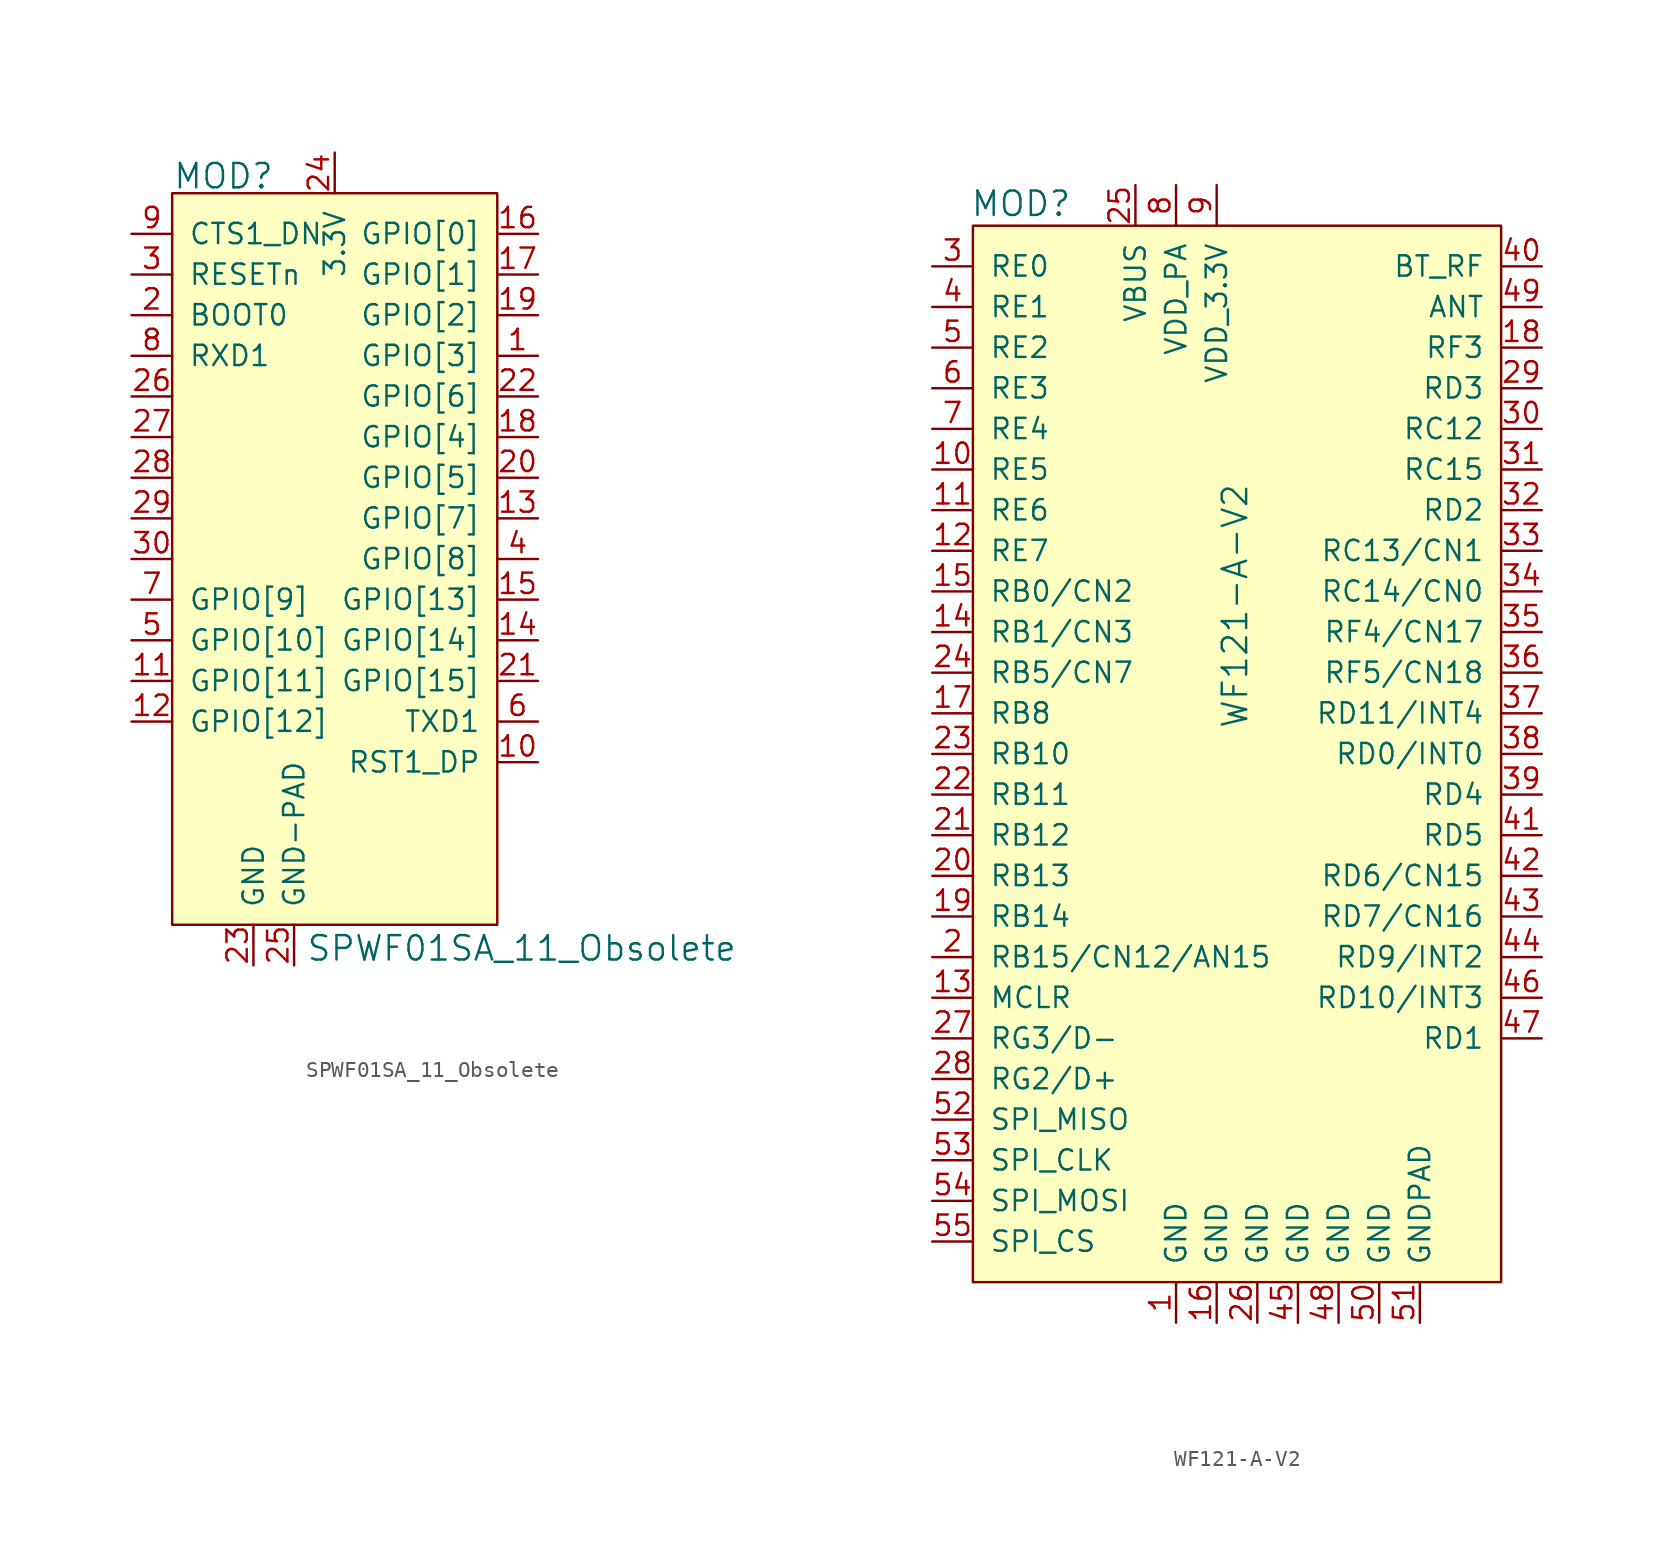
<source format=kicad_sym>
(kicad_symbol_lib
  (version 20201005)
  (generator kicad_symbol_editor)
  (symbol "SPWF01SA_11_Obsolete"
    (pin_names
      (offset 1.016))
    (property "Reference" "MOD"
      (at -10.135 6.147 0)
      (effects (font (size 1.524 1.524)) (justify left)))
    (property "Value" "SPWF01SA_11_Obsolete"
      (at -1.803 -42.113 0)
      (effects (font (size 1.524 1.524)) (justify left)))
    (symbol "SPWF01SA_11_Obsolete_0_1"
      (rectangle (start -10.16 5.08) (end 10.16 -40.64) (stroke (width 0)) (fill (type background))))
    (symbol "SPWF01SA_11_Obsolete_1_1"
      (pin bidirectional line (at 12.7 -5.08 180) (length 2.54) (name "GPIO[3]" (effects (font (size 1.27 1.27)))) (number "1" (effects (font (size 1.27 1.27)))))
      (pin input line (at -12.7 -2.54 0) (length 2.54) (name "BOOT0" (effects (font (size 1.27 1.27)))) (number "2" (effects (font (size 1.27 1.27)))))
      (pin input line (at -12.7 0 0) (length 2.54) (name "RESETn" (effects (font (size 1.27 1.27)))) (number "3" (effects (font (size 1.27 1.27)))))
      (pin bidirectional line (at 12.7 -17.78 180) (length 2.54) (name "GPIO[8]" (effects (font (size 1.27 1.27)))) (number "4" (effects (font (size 1.27 1.27)))))
      (pin bidirectional line (at -12.7 -22.86 0) (length 2.54) (name "GPIO[10]" (effects (font (size 1.27 1.27)))) (number "5" (effects (font (size 1.27 1.27)))))
      (pin output line (at 12.7 -27.94 180) (length 2.54) (name "TXD1" (effects (font (size 1.27 1.27)))) (number "6" (effects (font (size 1.27 1.27)))))
      (pin bidirectional line (at -12.7 -20.32 0) (length 2.54) (name "GPIO[9]" (effects (font (size 1.27 1.27)))) (number "7" (effects (font (size 1.27 1.27)))))
      (pin input line (at -12.7 -5.08 0) (length 2.54) (name "RXD1" (effects (font (size 1.27 1.27)))) (number "8" (effects (font (size 1.27 1.27)))))
      (pin input line (at -12.7 2.54 0) (length 2.54) (name "CTS1_DN" (effects (font (size 1.27 1.27)))) (number "9" (effects (font (size 1.27 1.27)))))
      (pin output line (at 12.7 -30.48 180) (length 2.54) (name "RST1_DP" (effects (font (size 1.27 1.27)))) (number "10" (effects (font (size 1.27 1.27)))))
      (pin bidirectional line (at 12.7 -12.7 180) (length 2.54) (name "GPIO[5]" (effects (font (size 1.27 1.27)))) (number "20" (effects (font (size 1.27 1.27)))))
      (pin unspecified line (at -12.7 -17.78 0) (length 2.54) (name "~" (effects (font (size 1.27 1.27)))) (number "30" (effects (font (size 1.27 1.27)))))
      (pin bidirectional line (at -12.7 -25.4 0) (length 2.54) (name "GPIO[11]" (effects (font (size 1.27 1.27)))) (number "11" (effects (font (size 1.27 1.27)))))
      (pin bidirectional line (at 12.7 -25.4 180) (length 2.54) (name "GPIO[15]" (effects (font (size 1.27 1.27)))) (number "21" (effects (font (size 1.27 1.27)))))
      (pin bidirectional line (at -12.7 -27.94 0) (length 2.54) (name "GPIO[12]" (effects (font (size 1.27 1.27)))) (number "12" (effects (font (size 1.27 1.27)))))
      (pin bidirectional line (at 12.7 -7.62 180) (length 2.54) (name "GPIO[6]" (effects (font (size 1.27 1.27)))) (number "22" (effects (font (size 1.27 1.27)))))
      (pin bidirectional line (at 12.7 -15.24 180) (length 2.54) (name "GPIO[7]" (effects (font (size 1.27 1.27)))) (number "13" (effects (font (size 1.27 1.27)))))
      (pin power_in line (at -5.08 -43.18 90) (length 2.54) (name "GND" (effects (font (size 1.27 1.27)))) (number "23" (effects (font (size 1.27 1.27)))))
      (pin bidirectional line (at 12.7 -22.86 180) (length 2.54) (name "GPIO[14]" (effects (font (size 1.27 1.27)))) (number "14" (effects (font (size 1.27 1.27)))))
      (pin power_in line (at 0 7.62 270) (length 2.54) (name "3.3V" (effects (font (size 1.27 1.27)))) (number "24" (effects (font (size 1.27 1.27)))))
      (pin bidirectional line (at 12.7 -20.32 180) (length 2.54) (name "GPIO[13]" (effects (font (size 1.27 1.27)))) (number "15" (effects (font (size 1.27 1.27)))))
      (pin power_in line (at -2.54 -43.18 90) (length 2.54) (name "GND-PAD" (effects (font (size 1.27 1.27)))) (number "25" (effects (font (size 1.27 1.27)))))
      (pin bidirectional line (at 12.7 2.54 180) (length 2.54) (name "GPIO[0]" (effects (font (size 1.27 1.27)))) (number "16" (effects (font (size 1.27 1.27)))))
      (pin unspecified line (at -12.7 -7.62 0) (length 2.54) (name "~" (effects (font (size 1.27 1.27)))) (number "26" (effects (font (size 1.27 1.27)))))
      (pin bidirectional line (at 12.7 0 180) (length 2.54) (name "GPIO[1]" (effects (font (size 1.27 1.27)))) (number "17" (effects (font (size 1.27 1.27)))))
      (pin unspecified line (at -12.7 -10.16 0) (length 2.54) (name "~" (effects (font (size 1.27 1.27)))) (number "27" (effects (font (size 1.27 1.27)))))
      (pin bidirectional line (at 12.7 -10.16 180) (length 2.54) (name "GPIO[4]" (effects (font (size 1.27 1.27)))) (number "18" (effects (font (size 1.27 1.27)))))
      (pin unspecified line (at -12.7 -12.7 0) (length 2.54) (name "~" (effects (font (size 1.27 1.27)))) (number "28" (effects (font (size 1.27 1.27)))))
      (pin bidirectional line (at 12.7 -2.54 180) (length 2.54) (name "GPIO[2]" (effects (font (size 1.27 1.27)))) (number "19" (effects (font (size 1.27 1.27)))))
      (pin unspecified line (at -12.7 -15.24 0) (length 2.54) (name "~" (effects (font (size 1.27 1.27)))) (number "29" (effects (font (size 1.27 1.27)))))))
  (symbol "WF121-A-V2"
    (pin_names
      (offset 1.016))
    (property "Reference" "MOD"
      (at -15.418 16.612 0)
      (effects (font (size 1.524 1.524)) (justify left)))
    (property "Value" "WF121-A-V2"
      (at 1.143 -8.534 90)
      (effects (font (size 1.524 1.524))))
    (symbol "WF121-A-V2_0_1"
      (rectangle (start 17.78 15.24) (end -15.24 -50.8) (stroke (width 0)) (fill (type background))))
    (symbol "WF121-A-V2_1_0"
      (pin unspecified line (at -17.78 -40.64 0) (length 2.54) (name "SPI_MISO" (effects (font (size 1.27 1.27)))) (number "52" (effects (font (size 1.27 1.27)))))
      (pin unspecified line (at -17.78 -43.18 0) (length 2.54) (name "SPI_CLK" (effects (font (size 1.27 1.27)))) (number "53" (effects (font (size 1.27 1.27)))))
      (pin unspecified line (at -17.78 -45.72 0) (length 2.54) (name "SPI_MOSI" (effects (font (size 1.27 1.27)))) (number "54" (effects (font (size 1.27 1.27)))))
      (pin unspecified line (at -17.78 -48.26 0) (length 2.54) (name "SPI_CS" (effects (font (size 1.27 1.27)))) (number "55" (effects (font (size 1.27 1.27))))))
    (symbol "WF121-A-V2_1_1"
      (pin power_in line (at -2.54 -53.34 90) (length 2.54) (name "GND" (effects (font (size 1.27 1.27)))) (number "1" (effects (font (size 1.27 1.27)))))
      (pin bidirectional line (at -17.78 -30.48 0) (length 2.54) (name "RB15/CN12/AN15" (effects (font (size 1.27 1.27)))) (number "2" (effects (font (size 1.27 1.27)))))
      (pin bidirectional line (at -17.78 12.7 0) (length 2.54) (name "RE0" (effects (font (size 1.27 1.27)))) (number "3" (effects (font (size 1.27 1.27)))))
      (pin bidirectional line (at -17.78 10.16 0) (length 2.54) (name "RE1" (effects (font (size 1.27 1.27)))) (number "4" (effects (font (size 1.27 1.27)))))
      (pin bidirectional line (at -17.78 7.62 0) (length 2.54) (name "RE2" (effects (font (size 1.27 1.27)))) (number "5" (effects (font (size 1.27 1.27)))))
      (pin bidirectional line (at -17.78 5.08 0) (length 2.54) (name "RE3" (effects (font (size 1.27 1.27)))) (number "6" (effects (font (size 1.27 1.27)))))
      (pin bidirectional line (at -17.78 2.54 0) (length 2.54) (name "RE4" (effects (font (size 1.27 1.27)))) (number "7" (effects (font (size 1.27 1.27)))))
      (pin power_in line (at -2.54 17.78 270) (length 2.54) (name "VDD_PA" (effects (font (size 1.27 1.27)))) (number "8" (effects (font (size 1.27 1.27)))))
      (pin power_in line (at 0 17.78 270) (length 2.54) (name "VDD_3.3V" (effects (font (size 1.27 1.27)))) (number "9" (effects (font (size 1.27 1.27)))))
      (pin bidirectional line (at -17.78 0 0) (length 2.54) (name "RE5" (effects (font (size 1.27 1.27)))) (number "10" (effects (font (size 1.27 1.27)))))
      (pin bidirectional line (at -17.78 -25.4 0) (length 2.54) (name "RB13" (effects (font (size 1.27 1.27)))) (number "20" (effects (font (size 1.27 1.27)))))
      (pin bidirectional line (at 20.32 2.54 180) (length 2.54) (name "RC12" (effects (font (size 1.27 1.27)))) (number "30" (effects (font (size 1.27 1.27)))))
      (pin bidirectional line (at 20.32 12.7 180) (length 2.54) (name "BT_RF" (effects (font (size 1.27 1.27)))) (number "40" (effects (font (size 1.27 1.27)))))
      (pin power_in line (at 10.16 -53.34 90) (length 2.54) (name "GND" (effects (font (size 1.27 1.27)))) (number "50" (effects (font (size 1.27 1.27)))))
      (pin bidirectional line (at -17.78 -2.54 0) (length 2.54) (name "RE6" (effects (font (size 1.27 1.27)))) (number "11" (effects (font (size 1.27 1.27)))))
      (pin bidirectional line (at -17.78 -22.86 0) (length 2.54) (name "RB12" (effects (font (size 1.27 1.27)))) (number "21" (effects (font (size 1.27 1.27)))))
      (pin bidirectional line (at 20.32 0 180) (length 2.54) (name "RC15" (effects (font (size 1.27 1.27)))) (number "31" (effects (font (size 1.27 1.27)))))
      (pin bidirectional line (at 20.32 -22.86 180) (length 2.54) (name "RD5" (effects (font (size 1.27 1.27)))) (number "41" (effects (font (size 1.27 1.27)))))
      (pin power_in line (at 12.7 -53.34 90) (length 2.54) (name "GNDPAD" (effects (font (size 1.27 1.27)))) (number "51" (effects (font (size 1.27 1.27)))))
      (pin bidirectional line (at -17.78 -5.08 0) (length 2.54) (name "RE7" (effects (font (size 1.27 1.27)))) (number "12" (effects (font (size 1.27 1.27)))))
      (pin bidirectional line (at -17.78 -20.32 0) (length 2.54) (name "RB11" (effects (font (size 1.27 1.27)))) (number "22" (effects (font (size 1.27 1.27)))))
      (pin bidirectional line (at 20.32 -2.54 180) (length 2.54) (name "RD2" (effects (font (size 1.27 1.27)))) (number "32" (effects (font (size 1.27 1.27)))))
      (pin bidirectional line (at 20.32 -25.4 180) (length 2.54) (name "RD6/CN15" (effects (font (size 1.27 1.27)))) (number "42" (effects (font (size 1.27 1.27)))))
      (pin input line (at -17.78 -33.02 0) (length 2.54) (name "MCLR" (effects (font (size 1.27 1.27)))) (number "13" (effects (font (size 1.27 1.27)))))
      (pin bidirectional line (at -17.78 -17.78 0) (length 2.54) (name "RB10" (effects (font (size 1.27 1.27)))) (number "23" (effects (font (size 1.27 1.27)))))
      (pin bidirectional line (at 20.32 -5.08 180) (length 2.54) (name "RC13/CN1" (effects (font (size 1.27 1.27)))) (number "33" (effects (font (size 1.27 1.27)))))
      (pin bidirectional line (at 20.32 -27.94 180) (length 2.54) (name "RD7/CN16" (effects (font (size 1.27 1.27)))) (number "43" (effects (font (size 1.27 1.27)))))
      (pin bidirectional line (at -17.78 -10.16 0) (length 2.54) (name "RB1/CN3" (effects (font (size 1.27 1.27)))) (number "14" (effects (font (size 1.27 1.27)))))
      (pin bidirectional line (at -17.78 -12.7 0) (length 2.54) (name "RB5/CN7" (effects (font (size 1.27 1.27)))) (number "24" (effects (font (size 1.27 1.27)))))
      (pin bidirectional line (at 20.32 -7.62 180) (length 2.54) (name "RC14/CN0" (effects (font (size 1.27 1.27)))) (number "34" (effects (font (size 1.27 1.27)))))
      (pin bidirectional line (at 20.32 -30.48 180) (length 2.54) (name "RD9/INT2" (effects (font (size 1.27 1.27)))) (number "44" (effects (font (size 1.27 1.27)))))
      (pin bidirectional line (at -17.78 -7.62 0) (length 2.54) (name "RB0/CN2" (effects (font (size 1.27 1.27)))) (number "15" (effects (font (size 1.27 1.27)))))
      (pin power_in line (at -5.08 17.78 270) (length 2.54) (name "VBUS" (effects (font (size 1.27 1.27)))) (number "25" (effects (font (size 1.27 1.27)))))
      (pin bidirectional line (at 20.32 -10.16 180) (length 2.54) (name "RF4/CN17" (effects (font (size 1.27 1.27)))) (number "35" (effects (font (size 1.27 1.27)))))
      (pin power_in line (at 5.08 -53.34 90) (length 2.54) (name "GND" (effects (font (size 1.27 1.27)))) (number "45" (effects (font (size 1.27 1.27)))))
      (pin power_in line (at 0 -53.34 90) (length 2.54) (name "GND" (effects (font (size 1.27 1.27)))) (number "16" (effects (font (size 1.27 1.27)))))
      (pin power_in line (at 2.54 -53.34 90) (length 2.54) (name "GND" (effects (font (size 1.27 1.27)))) (number "26" (effects (font (size 1.27 1.27)))))
      (pin bidirectional line (at 20.32 -12.7 180) (length 2.54) (name "RF5/CN18" (effects (font (size 1.27 1.27)))) (number "36" (effects (font (size 1.27 1.27)))))
      (pin bidirectional line (at 20.32 -33.02 180) (length 2.54) (name "RD10/INT3" (effects (font (size 1.27 1.27)))) (number "46" (effects (font (size 1.27 1.27)))))
      (pin bidirectional line (at -17.78 -15.24 0) (length 2.54) (name "RB8" (effects (font (size 1.27 1.27)))) (number "17" (effects (font (size 1.27 1.27)))))
      (pin input line (at -17.78 -35.56 0) (length 2.54) (name "RG3/D-" (effects (font (size 1.27 1.27)))) (number "27" (effects (font (size 1.27 1.27)))))
      (pin bidirectional line (at 20.32 -15.24 180) (length 2.54) (name "RD11/INT4" (effects (font (size 1.27 1.27)))) (number "37" (effects (font (size 1.27 1.27)))))
      (pin bidirectional line (at 20.32 -35.56 180) (length 2.54) (name "RD1" (effects (font (size 1.27 1.27)))) (number "47" (effects (font (size 1.27 1.27)))))
      (pin bidirectional line (at 20.32 7.62 180) (length 2.54) (name "RF3" (effects (font (size 1.27 1.27)))) (number "18" (effects (font (size 1.27 1.27)))))
      (pin input line (at -17.78 -38.1 0) (length 2.54) (name "RG2/D+" (effects (font (size 1.27 1.27)))) (number "28" (effects (font (size 1.27 1.27)))))
      (pin bidirectional line (at 20.32 -17.78 180) (length 2.54) (name "RD0/INT0" (effects (font (size 1.27 1.27)))) (number "38" (effects (font (size 1.27 1.27)))))
      (pin power_in line (at 7.62 -53.34 90) (length 2.54) (name "GND" (effects (font (size 1.27 1.27)))) (number "48" (effects (font (size 1.27 1.27)))))
      (pin bidirectional line (at -17.78 -27.94 0) (length 2.54) (name "RB14" (effects (font (size 1.27 1.27)))) (number "19" (effects (font (size 1.27 1.27)))))
      (pin bidirectional line (at 20.32 5.08 180) (length 2.54) (name "RD3" (effects (font (size 1.27 1.27)))) (number "29" (effects (font (size 1.27 1.27)))))
      (pin bidirectional line (at 20.32 -20.32 180) (length 2.54) (name "RD4" (effects (font (size 1.27 1.27)))) (number "39" (effects (font (size 1.27 1.27)))))
      (pin bidirectional line (at 20.32 10.16 180) (length 2.54) (name "ANT" (effects (font (size 1.27 1.27)))) (number "49" (effects (font (size 1.27 1.27))))))))
</source>
